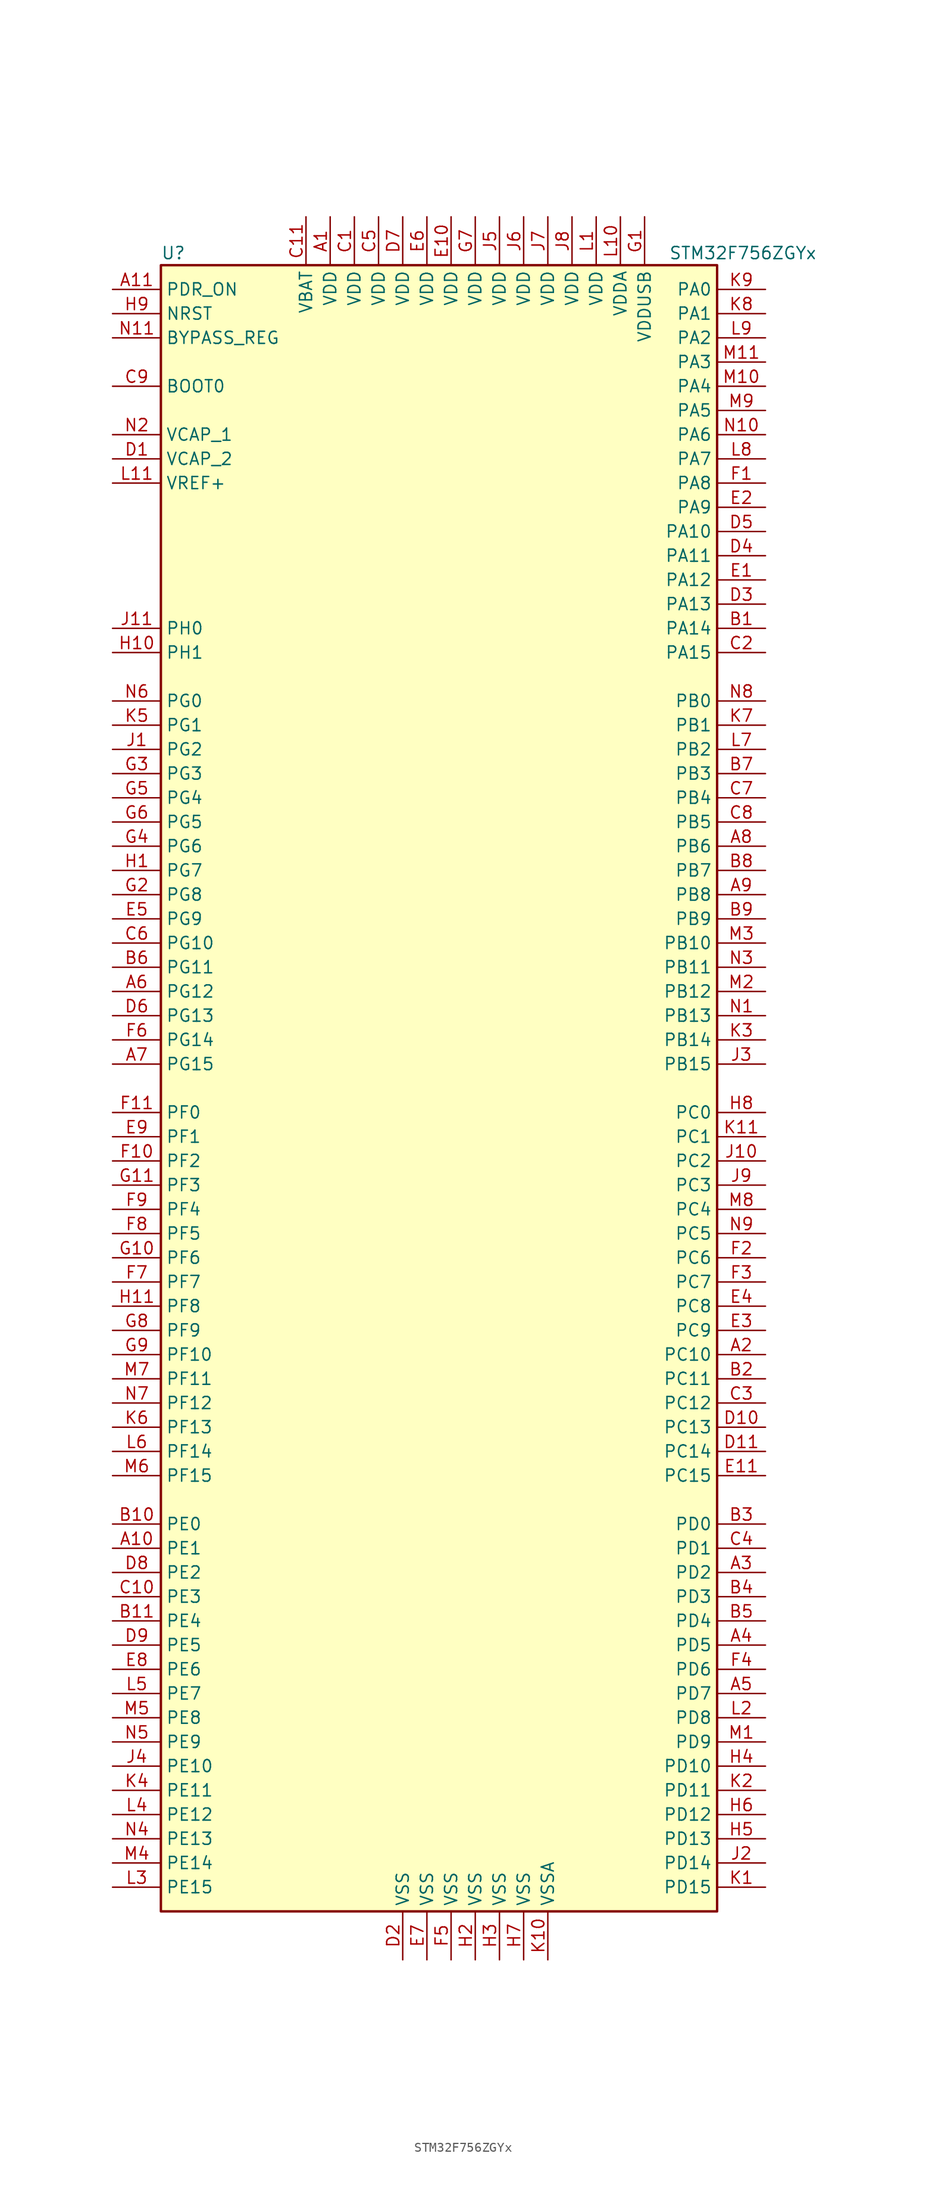
<source format=kicad_sym>
(kicad_symbol_lib
  (version 20201005)
  (generator kicad_symbol_editor)
  (symbol "STM32F756ZGYx"
    (property "Reference" "U"
      (at -30.48 87.63 0)
      (effects (font (size 1.27 1.27)) (justify left)))
    (property "Value" "STM32F756ZGYx"
      (at 22.86 87.63 0)
      (effects (font (size 1.27 1.27)) (justify left)))
    (symbol "STM32F756ZGYx_0_1"
      (rectangle (start -30.48 -86.36) (end 27.94 86.36) (stroke (width 0.254)) (fill (type background))))
    (symbol "STM32F756ZGYx_1_1"
      (pin input line (at -35.56 73.66 0) (length 5.08) (name "BOOT0" (effects (font (size 1.27 1.27)))) (number "C9" (effects (font (size 1.27 1.27)))))
      (pin input line (at -35.56 78.74 0) (length 5.08) (name "BYPASS_REG" (effects (font (size 1.27 1.27)))) (number "N11" (effects (font (size 1.27 1.27)))))
      (pin input line (at -35.56 81.28 0) (length 5.08) (name "NRST" (effects (font (size 1.27 1.27)))) (number "H9" (effects (font (size 1.27 1.27)))))
      (pin bidirectional line (at 33.02 83.82 180) (length 5.08) (name "PA0" (effects (font (size 1.27 1.27)))) (number "K9" (effects (font (size 1.27 1.27)))))
      (pin bidirectional line (at 33.02 81.28 180) (length 5.08) (name "PA1" (effects (font (size 1.27 1.27)))) (number "K8" (effects (font (size 1.27 1.27)))))
      (pin bidirectional line (at 33.02 58.42 180) (length 5.08) (name "PA10" (effects (font (size 1.27 1.27)))) (number "D5" (effects (font (size 1.27 1.27)))))
      (pin bidirectional line (at 33.02 55.88 180) (length 5.08) (name "PA11" (effects (font (size 1.27 1.27)))) (number "D4" (effects (font (size 1.27 1.27)))))
      (pin bidirectional line (at 33.02 53.34 180) (length 5.08) (name "PA12" (effects (font (size 1.27 1.27)))) (number "E1" (effects (font (size 1.27 1.27)))))
      (pin bidirectional line (at 33.02 50.8 180) (length 5.08) (name "PA13" (effects (font (size 1.27 1.27)))) (number "D3" (effects (font (size 1.27 1.27)))))
      (pin bidirectional line (at 33.02 48.26 180) (length 5.08) (name "PA14" (effects (font (size 1.27 1.27)))) (number "B1" (effects (font (size 1.27 1.27)))))
      (pin bidirectional line (at 33.02 45.72 180) (length 5.08) (name "PA15" (effects (font (size 1.27 1.27)))) (number "C2" (effects (font (size 1.27 1.27)))))
      (pin bidirectional line (at 33.02 78.74 180) (length 5.08) (name "PA2" (effects (font (size 1.27 1.27)))) (number "L9" (effects (font (size 1.27 1.27)))))
      (pin bidirectional line (at 33.02 76.2 180) (length 5.08) (name "PA3" (effects (font (size 1.27 1.27)))) (number "M11" (effects (font (size 1.27 1.27)))))
      (pin bidirectional line (at 33.02 73.66 180) (length 5.08) (name "PA4" (effects (font (size 1.27 1.27)))) (number "M10" (effects (font (size 1.27 1.27)))))
      (pin bidirectional line (at 33.02 71.12 180) (length 5.08) (name "PA5" (effects (font (size 1.27 1.27)))) (number "M9" (effects (font (size 1.27 1.27)))))
      (pin bidirectional line (at 33.02 68.58 180) (length 5.08) (name "PA6" (effects (font (size 1.27 1.27)))) (number "N10" (effects (font (size 1.27 1.27)))))
      (pin bidirectional line (at 33.02 66.04 180) (length 5.08) (name "PA7" (effects (font (size 1.27 1.27)))) (number "L8" (effects (font (size 1.27 1.27)))))
      (pin bidirectional line (at 33.02 63.5 180) (length 5.08) (name "PA8" (effects (font (size 1.27 1.27)))) (number "F1" (effects (font (size 1.27 1.27)))))
      (pin bidirectional line (at 33.02 60.96 180) (length 5.08) (name "PA9" (effects (font (size 1.27 1.27)))) (number "E2" (effects (font (size 1.27 1.27)))))
      (pin bidirectional line (at 33.02 40.64 180) (length 5.08) (name "PB0" (effects (font (size 1.27 1.27)))) (number "N8" (effects (font (size 1.27 1.27)))))
      (pin bidirectional line (at 33.02 38.1 180) (length 5.08) (name "PB1" (effects (font (size 1.27 1.27)))) (number "K7" (effects (font (size 1.27 1.27)))))
      (pin bidirectional line (at 33.02 15.24 180) (length 5.08) (name "PB10" (effects (font (size 1.27 1.27)))) (number "M3" (effects (font (size 1.27 1.27)))))
      (pin bidirectional line (at 33.02 12.7 180) (length 5.08) (name "PB11" (effects (font (size 1.27 1.27)))) (number "N3" (effects (font (size 1.27 1.27)))))
      (pin bidirectional line (at 33.02 10.16 180) (length 5.08) (name "PB12" (effects (font (size 1.27 1.27)))) (number "M2" (effects (font (size 1.27 1.27)))))
      (pin bidirectional line (at 33.02 7.62 180) (length 5.08) (name "PB13" (effects (font (size 1.27 1.27)))) (number "N1" (effects (font (size 1.27 1.27)))))
      (pin bidirectional line (at 33.02 5.08 180) (length 5.08) (name "PB14" (effects (font (size 1.27 1.27)))) (number "K3" (effects (font (size 1.27 1.27)))))
      (pin bidirectional line (at 33.02 2.54 180) (length 5.08) (name "PB15" (effects (font (size 1.27 1.27)))) (number "J3" (effects (font (size 1.27 1.27)))))
      (pin bidirectional line (at 33.02 35.56 180) (length 5.08) (name "PB2" (effects (font (size 1.27 1.27)))) (number "L7" (effects (font (size 1.27 1.27)))))
      (pin bidirectional line (at 33.02 33.02 180) (length 5.08) (name "PB3" (effects (font (size 1.27 1.27)))) (number "B7" (effects (font (size 1.27 1.27)))))
      (pin bidirectional line (at 33.02 30.48 180) (length 5.08) (name "PB4" (effects (font (size 1.27 1.27)))) (number "C7" (effects (font (size 1.27 1.27)))))
      (pin bidirectional line (at 33.02 27.94 180) (length 5.08) (name "PB5" (effects (font (size 1.27 1.27)))) (number "C8" (effects (font (size 1.27 1.27)))))
      (pin bidirectional line (at 33.02 25.4 180) (length 5.08) (name "PB6" (effects (font (size 1.27 1.27)))) (number "A8" (effects (font (size 1.27 1.27)))))
      (pin bidirectional line (at 33.02 22.86 180) (length 5.08) (name "PB7" (effects (font (size 1.27 1.27)))) (number "B8" (effects (font (size 1.27 1.27)))))
      (pin bidirectional line (at 33.02 20.32 180) (length 5.08) (name "PB8" (effects (font (size 1.27 1.27)))) (number "A9" (effects (font (size 1.27 1.27)))))
      (pin bidirectional line (at 33.02 17.78 180) (length 5.08) (name "PB9" (effects (font (size 1.27 1.27)))) (number "B9" (effects (font (size 1.27 1.27)))))
      (pin bidirectional line (at 33.02 -2.54 180) (length 5.08) (name "PC0" (effects (font (size 1.27 1.27)))) (number "H8" (effects (font (size 1.27 1.27)))))
      (pin bidirectional line (at 33.02 -5.08 180) (length 5.08) (name "PC1" (effects (font (size 1.27 1.27)))) (number "K11" (effects (font (size 1.27 1.27)))))
      (pin bidirectional line (at 33.02 -27.94 180) (length 5.08) (name "PC10" (effects (font (size 1.27 1.27)))) (number "A2" (effects (font (size 1.27 1.27)))))
      (pin bidirectional line (at 33.02 -30.48 180) (length 5.08) (name "PC11" (effects (font (size 1.27 1.27)))) (number "B2" (effects (font (size 1.27 1.27)))))
      (pin bidirectional line (at 33.02 -33.02 180) (length 5.08) (name "PC12" (effects (font (size 1.27 1.27)))) (number "C3" (effects (font (size 1.27 1.27)))))
      (pin bidirectional line (at 33.02 -35.56 180) (length 5.08) (name "PC13" (effects (font (size 1.27 1.27)))) (number "D10" (effects (font (size 1.27 1.27)))))
      (pin bidirectional line (at 33.02 -38.1 180) (length 5.08) (name "PC14" (effects (font (size 1.27 1.27)))) (number "D11" (effects (font (size 1.27 1.27)))))
      (pin bidirectional line (at 33.02 -40.64 180) (length 5.08) (name "PC15" (effects (font (size 1.27 1.27)))) (number "E11" (effects (font (size 1.27 1.27)))))
      (pin bidirectional line (at 33.02 -7.62 180) (length 5.08) (name "PC2" (effects (font (size 1.27 1.27)))) (number "J10" (effects (font (size 1.27 1.27)))))
      (pin bidirectional line (at 33.02 -10.16 180) (length 5.08) (name "PC3" (effects (font (size 1.27 1.27)))) (number "J9" (effects (font (size 1.27 1.27)))))
      (pin bidirectional line (at 33.02 -12.7 180) (length 5.08) (name "PC4" (effects (font (size 1.27 1.27)))) (number "M8" (effects (font (size 1.27 1.27)))))
      (pin bidirectional line (at 33.02 -15.24 180) (length 5.08) (name "PC5" (effects (font (size 1.27 1.27)))) (number "N9" (effects (font (size 1.27 1.27)))))
      (pin bidirectional line (at 33.02 -17.78 180) (length 5.08) (name "PC6" (effects (font (size 1.27 1.27)))) (number "F2" (effects (font (size 1.27 1.27)))))
      (pin bidirectional line (at 33.02 -20.32 180) (length 5.08) (name "PC7" (effects (font (size 1.27 1.27)))) (number "F3" (effects (font (size 1.27 1.27)))))
      (pin bidirectional line (at 33.02 -22.86 180) (length 5.08) (name "PC8" (effects (font (size 1.27 1.27)))) (number "E4" (effects (font (size 1.27 1.27)))))
      (pin bidirectional line (at 33.02 -25.4 180) (length 5.08) (name "PC9" (effects (font (size 1.27 1.27)))) (number "E3" (effects (font (size 1.27 1.27)))))
      (pin bidirectional line (at 33.02 -45.72 180) (length 5.08) (name "PD0" (effects (font (size 1.27 1.27)))) (number "B3" (effects (font (size 1.27 1.27)))))
      (pin bidirectional line (at 33.02 -48.26 180) (length 5.08) (name "PD1" (effects (font (size 1.27 1.27)))) (number "C4" (effects (font (size 1.27 1.27)))))
      (pin bidirectional line (at 33.02 -71.12 180) (length 5.08) (name "PD10" (effects (font (size 1.27 1.27)))) (number "H4" (effects (font (size 1.27 1.27)))))
      (pin bidirectional line (at 33.02 -73.66 180) (length 5.08) (name "PD11" (effects (font (size 1.27 1.27)))) (number "K2" (effects (font (size 1.27 1.27)))))
      (pin bidirectional line (at 33.02 -76.2 180) (length 5.08) (name "PD12" (effects (font (size 1.27 1.27)))) (number "H6" (effects (font (size 1.27 1.27)))))
      (pin bidirectional line (at 33.02 -78.74 180) (length 5.08) (name "PD13" (effects (font (size 1.27 1.27)))) (number "H5" (effects (font (size 1.27 1.27)))))
      (pin bidirectional line (at 33.02 -81.28 180) (length 5.08) (name "PD14" (effects (font (size 1.27 1.27)))) (number "J2" (effects (font (size 1.27 1.27)))))
      (pin bidirectional line (at 33.02 -83.82 180) (length 5.08) (name "PD15" (effects (font (size 1.27 1.27)))) (number "K1" (effects (font (size 1.27 1.27)))))
      (pin bidirectional line (at 33.02 -50.8 180) (length 5.08) (name "PD2" (effects (font (size 1.27 1.27)))) (number "A3" (effects (font (size 1.27 1.27)))))
      (pin bidirectional line (at 33.02 -53.34 180) (length 5.08) (name "PD3" (effects (font (size 1.27 1.27)))) (number "B4" (effects (font (size 1.27 1.27)))))
      (pin bidirectional line (at 33.02 -55.88 180) (length 5.08) (name "PD4" (effects (font (size 1.27 1.27)))) (number "B5" (effects (font (size 1.27 1.27)))))
      (pin bidirectional line (at 33.02 -58.42 180) (length 5.08) (name "PD5" (effects (font (size 1.27 1.27)))) (number "A4" (effects (font (size 1.27 1.27)))))
      (pin bidirectional line (at 33.02 -60.96 180) (length 5.08) (name "PD6" (effects (font (size 1.27 1.27)))) (number "F4" (effects (font (size 1.27 1.27)))))
      (pin bidirectional line (at 33.02 -63.5 180) (length 5.08) (name "PD7" (effects (font (size 1.27 1.27)))) (number "A5" (effects (font (size 1.27 1.27)))))
      (pin bidirectional line (at 33.02 -66.04 180) (length 5.08) (name "PD8" (effects (font (size 1.27 1.27)))) (number "L2" (effects (font (size 1.27 1.27)))))
      (pin bidirectional line (at 33.02 -68.58 180) (length 5.08) (name "PD9" (effects (font (size 1.27 1.27)))) (number "M1" (effects (font (size 1.27 1.27)))))
      (pin input line (at -35.56 83.82 0) (length 5.08) (name "PDR_ON" (effects (font (size 1.27 1.27)))) (number "A11" (effects (font (size 1.27 1.27)))))
      (pin bidirectional line (at -35.56 -45.72 0) (length 5.08) (name "PE0" (effects (font (size 1.27 1.27)))) (number "B10" (effects (font (size 1.27 1.27)))))
      (pin bidirectional line (at -35.56 -48.26 0) (length 5.08) (name "PE1" (effects (font (size 1.27 1.27)))) (number "A10" (effects (font (size 1.27 1.27)))))
      (pin bidirectional line (at -35.56 -71.12 0) (length 5.08) (name "PE10" (effects (font (size 1.27 1.27)))) (number "J4" (effects (font (size 1.27 1.27)))))
      (pin bidirectional line (at -35.56 -73.66 0) (length 5.08) (name "PE11" (effects (font (size 1.27 1.27)))) (number "K4" (effects (font (size 1.27 1.27)))))
      (pin bidirectional line (at -35.56 -76.2 0) (length 5.08) (name "PE12" (effects (font (size 1.27 1.27)))) (number "L4" (effects (font (size 1.27 1.27)))))
      (pin bidirectional line (at -35.56 -78.74 0) (length 5.08) (name "PE13" (effects (font (size 1.27 1.27)))) (number "N4" (effects (font (size 1.27 1.27)))))
      (pin bidirectional line (at -35.56 -81.28 0) (length 5.08) (name "PE14" (effects (font (size 1.27 1.27)))) (number "M4" (effects (font (size 1.27 1.27)))))
      (pin bidirectional line (at -35.56 -83.82 0) (length 5.08) (name "PE15" (effects (font (size 1.27 1.27)))) (number "L3" (effects (font (size 1.27 1.27)))))
      (pin bidirectional line (at -35.56 -50.8 0) (length 5.08) (name "PE2" (effects (font (size 1.27 1.27)))) (number "D8" (effects (font (size 1.27 1.27)))))
      (pin bidirectional line (at -35.56 -53.34 0) (length 5.08) (name "PE3" (effects (font (size 1.27 1.27)))) (number "C10" (effects (font (size 1.27 1.27)))))
      (pin bidirectional line (at -35.56 -55.88 0) (length 5.08) (name "PE4" (effects (font (size 1.27 1.27)))) (number "B11" (effects (font (size 1.27 1.27)))))
      (pin bidirectional line (at -35.56 -58.42 0) (length 5.08) (name "PE5" (effects (font (size 1.27 1.27)))) (number "D9" (effects (font (size 1.27 1.27)))))
      (pin bidirectional line (at -35.56 -60.96 0) (length 5.08) (name "PE6" (effects (font (size 1.27 1.27)))) (number "E8" (effects (font (size 1.27 1.27)))))
      (pin bidirectional line (at -35.56 -63.5 0) (length 5.08) (name "PE7" (effects (font (size 1.27 1.27)))) (number "L5" (effects (font (size 1.27 1.27)))))
      (pin bidirectional line (at -35.56 -66.04 0) (length 5.08) (name "PE8" (effects (font (size 1.27 1.27)))) (number "M5" (effects (font (size 1.27 1.27)))))
      (pin bidirectional line (at -35.56 -68.58 0) (length 5.08) (name "PE9" (effects (font (size 1.27 1.27)))) (number "N5" (effects (font (size 1.27 1.27)))))
      (pin bidirectional line (at -35.56 -2.54 0) (length 5.08) (name "PF0" (effects (font (size 1.27 1.27)))) (number "F11" (effects (font (size 1.27 1.27)))))
      (pin bidirectional line (at -35.56 -5.08 0) (length 5.08) (name "PF1" (effects (font (size 1.27 1.27)))) (number "E9" (effects (font (size 1.27 1.27)))))
      (pin bidirectional line (at -35.56 -27.94 0) (length 5.08) (name "PF10" (effects (font (size 1.27 1.27)))) (number "G9" (effects (font (size 1.27 1.27)))))
      (pin bidirectional line (at -35.56 -30.48 0) (length 5.08) (name "PF11" (effects (font (size 1.27 1.27)))) (number "M7" (effects (font (size 1.27 1.27)))))
      (pin bidirectional line (at -35.56 -33.02 0) (length 5.08) (name "PF12" (effects (font (size 1.27 1.27)))) (number "N7" (effects (font (size 1.27 1.27)))))
      (pin bidirectional line (at -35.56 -35.56 0) (length 5.08) (name "PF13" (effects (font (size 1.27 1.27)))) (number "K6" (effects (font (size 1.27 1.27)))))
      (pin bidirectional line (at -35.56 -38.1 0) (length 5.08) (name "PF14" (effects (font (size 1.27 1.27)))) (number "L6" (effects (font (size 1.27 1.27)))))
      (pin bidirectional line (at -35.56 -40.64 0) (length 5.08) (name "PF15" (effects (font (size 1.27 1.27)))) (number "M6" (effects (font (size 1.27 1.27)))))
      (pin bidirectional line (at -35.56 -7.62 0) (length 5.08) (name "PF2" (effects (font (size 1.27 1.27)))) (number "F10" (effects (font (size 1.27 1.27)))))
      (pin bidirectional line (at -35.56 -10.16 0) (length 5.08) (name "PF3" (effects (font (size 1.27 1.27)))) (number "G11" (effects (font (size 1.27 1.27)))))
      (pin bidirectional line (at -35.56 -12.7 0) (length 5.08) (name "PF4" (effects (font (size 1.27 1.27)))) (number "F9" (effects (font (size 1.27 1.27)))))
      (pin bidirectional line (at -35.56 -15.24 0) (length 5.08) (name "PF5" (effects (font (size 1.27 1.27)))) (number "F8" (effects (font (size 1.27 1.27)))))
      (pin bidirectional line (at -35.56 -17.78 0) (length 5.08) (name "PF6" (effects (font (size 1.27 1.27)))) (number "G10" (effects (font (size 1.27 1.27)))))
      (pin bidirectional line (at -35.56 -20.32 0) (length 5.08) (name "PF7" (effects (font (size 1.27 1.27)))) (number "F7" (effects (font (size 1.27 1.27)))))
      (pin bidirectional line (at -35.56 -22.86 0) (length 5.08) (name "PF8" (effects (font (size 1.27 1.27)))) (number "H11" (effects (font (size 1.27 1.27)))))
      (pin bidirectional line (at -35.56 -25.4 0) (length 5.08) (name "PF9" (effects (font (size 1.27 1.27)))) (number "G8" (effects (font (size 1.27 1.27)))))
      (pin bidirectional line (at -35.56 40.64 0) (length 5.08) (name "PG0" (effects (font (size 1.27 1.27)))) (number "N6" (effects (font (size 1.27 1.27)))))
      (pin bidirectional line (at -35.56 38.1 0) (length 5.08) (name "PG1" (effects (font (size 1.27 1.27)))) (number "K5" (effects (font (size 1.27 1.27)))))
      (pin bidirectional line (at -35.56 15.24 0) (length 5.08) (name "PG10" (effects (font (size 1.27 1.27)))) (number "C6" (effects (font (size 1.27 1.27)))))
      (pin bidirectional line (at -35.56 12.7 0) (length 5.08) (name "PG11" (effects (font (size 1.27 1.27)))) (number "B6" (effects (font (size 1.27 1.27)))))
      (pin bidirectional line (at -35.56 10.16 0) (length 5.08) (name "PG12" (effects (font (size 1.27 1.27)))) (number "A6" (effects (font (size 1.27 1.27)))))
      (pin bidirectional line (at -35.56 7.62 0) (length 5.08) (name "PG13" (effects (font (size 1.27 1.27)))) (number "D6" (effects (font (size 1.27 1.27)))))
      (pin bidirectional line (at -35.56 5.08 0) (length 5.08) (name "PG14" (effects (font (size 1.27 1.27)))) (number "F6" (effects (font (size 1.27 1.27)))))
      (pin bidirectional line (at -35.56 2.54 0) (length 5.08) (name "PG15" (effects (font (size 1.27 1.27)))) (number "A7" (effects (font (size 1.27 1.27)))))
      (pin bidirectional line (at -35.56 35.56 0) (length 5.08) (name "PG2" (effects (font (size 1.27 1.27)))) (number "J1" (effects (font (size 1.27 1.27)))))
      (pin bidirectional line (at -35.56 33.02 0) (length 5.08) (name "PG3" (effects (font (size 1.27 1.27)))) (number "G3" (effects (font (size 1.27 1.27)))))
      (pin bidirectional line (at -35.56 30.48 0) (length 5.08) (name "PG4" (effects (font (size 1.27 1.27)))) (number "G5" (effects (font (size 1.27 1.27)))))
      (pin bidirectional line (at -35.56 27.94 0) (length 5.08) (name "PG5" (effects (font (size 1.27 1.27)))) (number "G6" (effects (font (size 1.27 1.27)))))
      (pin bidirectional line (at -35.56 25.4 0) (length 5.08) (name "PG6" (effects (font (size 1.27 1.27)))) (number "G4" (effects (font (size 1.27 1.27)))))
      (pin bidirectional line (at -35.56 22.86 0) (length 5.08) (name "PG7" (effects (font (size 1.27 1.27)))) (number "H1" (effects (font (size 1.27 1.27)))))
      (pin bidirectional line (at -35.56 20.32 0) (length 5.08) (name "PG8" (effects (font (size 1.27 1.27)))) (number "G2" (effects (font (size 1.27 1.27)))))
      (pin bidirectional line (at -35.56 17.78 0) (length 5.08) (name "PG9" (effects (font (size 1.27 1.27)))) (number "E5" (effects (font (size 1.27 1.27)))))
      (pin input line (at -35.56 48.26 0) (length 5.08) (name "PH0" (effects (font (size 1.27 1.27)))) (number "J11" (effects (font (size 1.27 1.27)))))
      (pin input line (at -35.56 45.72 0) (length 5.08) (name "PH1" (effects (font (size 1.27 1.27)))) (number "H10" (effects (font (size 1.27 1.27)))))
      (pin power_in line (at -15.24 91.44 270) (length 5.08) (name "VBAT" (effects (font (size 1.27 1.27)))) (number "C11" (effects (font (size 1.27 1.27)))))
      (pin power_in line (at -35.56 68.58 0) (length 5.08) (name "VCAP_1" (effects (font (size 1.27 1.27)))) (number "N2" (effects (font (size 1.27 1.27)))))
      (pin power_in line (at -35.56 66.04 0) (length 5.08) (name "VCAP_2" (effects (font (size 1.27 1.27)))) (number "D1" (effects (font (size 1.27 1.27)))))
      (pin power_in line (at -12.7 91.44 270) (length 5.08) (name "VDD" (effects (font (size 1.27 1.27)))) (number "A1" (effects (font (size 1.27 1.27)))))
      (pin power_in line (at -10.16 91.44 270) (length 5.08) (name "VDD" (effects (font (size 1.27 1.27)))) (number "C1" (effects (font (size 1.27 1.27)))))
      (pin power_in line (at -7.62 91.44 270) (length 5.08) (name "VDD" (effects (font (size 1.27 1.27)))) (number "C5" (effects (font (size 1.27 1.27)))))
      (pin power_in line (at -5.08 91.44 270) (length 5.08) (name "VDD" (effects (font (size 1.27 1.27)))) (number "D7" (effects (font (size 1.27 1.27)))))
      (pin power_in line (at 0 91.44 270) (length 5.08) (name "VDD" (effects (font (size 1.27 1.27)))) (number "E10" (effects (font (size 1.27 1.27)))))
      (pin power_in line (at -2.54 91.44 270) (length 5.08) (name "VDD" (effects (font (size 1.27 1.27)))) (number "E6" (effects (font (size 1.27 1.27)))))
      (pin power_in line (at 2.54 91.44 270) (length 5.08) (name "VDD" (effects (font (size 1.27 1.27)))) (number "G7" (effects (font (size 1.27 1.27)))))
      (pin power_in line (at 5.08 91.44 270) (length 5.08) (name "VDD" (effects (font (size 1.27 1.27)))) (number "J5" (effects (font (size 1.27 1.27)))))
      (pin power_in line (at 7.62 91.44 270) (length 5.08) (name "VDD" (effects (font (size 1.27 1.27)))) (number "J6" (effects (font (size 1.27 1.27)))))
      (pin power_in line (at 10.16 91.44 270) (length 5.08) (name "VDD" (effects (font (size 1.27 1.27)))) (number "J7" (effects (font (size 1.27 1.27)))))
      (pin power_in line (at 12.7 91.44 270) (length 5.08) (name "VDD" (effects (font (size 1.27 1.27)))) (number "J8" (effects (font (size 1.27 1.27)))))
      (pin power_in line (at 15.24 91.44 270) (length 5.08) (name "VDD" (effects (font (size 1.27 1.27)))) (number "L1" (effects (font (size 1.27 1.27)))))
      (pin power_in line (at 17.78 91.44 270) (length 5.08) (name "VDDA" (effects (font (size 1.27 1.27)))) (number "L10" (effects (font (size 1.27 1.27)))))
      (pin power_in line (at 20.32 91.44 270) (length 5.08) (name "VDDUSB" (effects (font (size 1.27 1.27)))) (number "G1" (effects (font (size 1.27 1.27)))))
      (pin power_in line (at -35.56 63.5 0) (length 5.08) (name "VREF+" (effects (font (size 1.27 1.27)))) (number "L11" (effects (font (size 1.27 1.27)))))
      (pin power_in line (at -5.08 -91.44 90) (length 5.08) (name "VSS" (effects (font (size 1.27 1.27)))) (number "D2" (effects (font (size 1.27 1.27)))))
      (pin power_in line (at -2.54 -91.44 90) (length 5.08) (name "VSS" (effects (font (size 1.27 1.27)))) (number "E7" (effects (font (size 1.27 1.27)))))
      (pin power_in line (at 0 -91.44 90) (length 5.08) (name "VSS" (effects (font (size 1.27 1.27)))) (number "F5" (effects (font (size 1.27 1.27)))))
      (pin power_in line (at 2.54 -91.44 90) (length 5.08) (name "VSS" (effects (font (size 1.27 1.27)))) (number "H2" (effects (font (size 1.27 1.27)))))
      (pin power_in line (at 5.08 -91.44 90) (length 5.08) (name "VSS" (effects (font (size 1.27 1.27)))) (number "H3" (effects (font (size 1.27 1.27)))))
      (pin power_in line (at 7.62 -91.44 90) (length 5.08) (name "VSS" (effects (font (size 1.27 1.27)))) (number "H7" (effects (font (size 1.27 1.27)))))
      (pin power_in line (at 10.16 -91.44 90) (length 5.08) (name "VSSA" (effects (font (size 1.27 1.27)))) (number "K10" (effects (font (size 1.27 1.27))))))))
</source>
